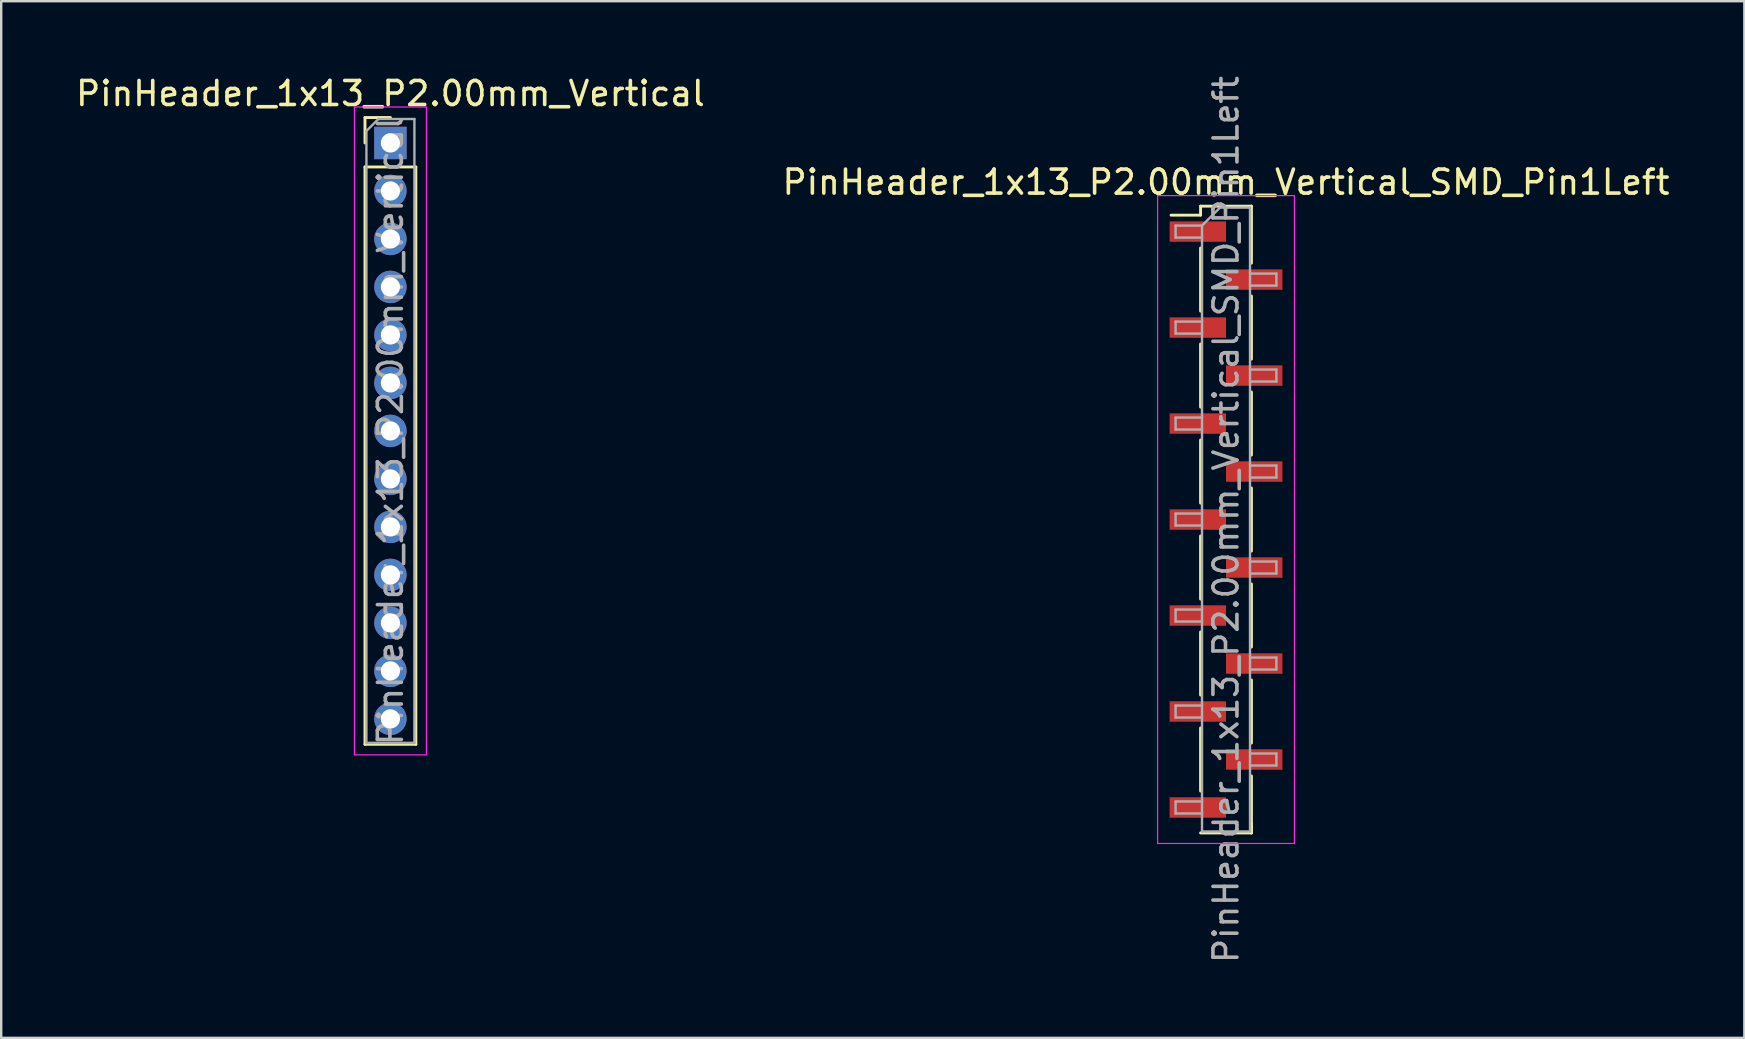
<source format=kicad_pcb>
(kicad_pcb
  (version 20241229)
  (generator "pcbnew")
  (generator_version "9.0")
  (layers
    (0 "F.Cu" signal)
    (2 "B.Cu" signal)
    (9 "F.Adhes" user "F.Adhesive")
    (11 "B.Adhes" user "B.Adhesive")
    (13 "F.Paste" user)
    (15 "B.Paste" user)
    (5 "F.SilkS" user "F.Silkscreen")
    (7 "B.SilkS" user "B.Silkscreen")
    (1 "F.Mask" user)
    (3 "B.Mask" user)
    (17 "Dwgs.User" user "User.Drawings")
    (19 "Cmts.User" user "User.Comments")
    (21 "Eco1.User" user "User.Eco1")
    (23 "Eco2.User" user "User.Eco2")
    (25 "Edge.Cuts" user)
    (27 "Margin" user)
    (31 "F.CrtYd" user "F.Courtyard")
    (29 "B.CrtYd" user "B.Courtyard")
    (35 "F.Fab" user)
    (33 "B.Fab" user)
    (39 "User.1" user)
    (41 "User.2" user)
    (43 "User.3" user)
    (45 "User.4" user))
  (footprint "PinHeader_1x13_P2.00mm_Vertical_SMD_Pin1Left"
    (layer "F.Cu")
    (at 48.042 18.601)
    (property "Reference" "PinHeader_1x13_P2.00mm_Vertical_SMD_Pin1Left" (at 0 -14.06 0) (layer "F.SilkS") (effects (font (size 1 1) (thickness 0.15))))
    (attr smd)
    (fp_line (start -1.06 -13.06) (end -1.06 -12.685) (stroke (width 0.12) (type solid)) (layer "F.SilkS"))
    (fp_line (start -1.06 -13.06) (end 1.06 -13.06) (stroke (width 0.12) (type solid)) (layer "F.SilkS"))
    (fp_line (start -1.06 -12.685) (end -2.29 -12.685) (stroke (width 0.12) (type solid)) (layer "F.SilkS"))
    (fp_line (start -1.06 -11.315) (end -1.06 -8.685) (stroke (width 0.12) (type solid)) (layer "F.SilkS"))
    (fp_line (start -1.06 -7.315) (end -1.06 -4.685) (stroke (width 0.12) (type solid)) (layer "F.SilkS"))
    (fp_line (start -1.06 -3.315) (end -1.06 -0.685) (stroke (width 0.12) (type solid)) (layer "F.SilkS"))
    (fp_line (start -1.06 0.685) (end -1.06 3.315) (stroke (width 0.12) (type solid)) (layer "F.SilkS"))
    (fp_line (start -1.06 4.685) (end -1.06 7.315) (stroke (width 0.12) (type solid)) (layer "F.SilkS"))
    (fp_line (start -1.06 8.685) (end -1.06 11.315) (stroke (width 0.12) (type solid)) (layer "F.SilkS"))
    (fp_line (start -1.06 13.06) (end 1.06 13.06) (stroke (width 0.12) (type solid)) (layer "F.SilkS"))
    (fp_line (start 1.06 -13.06) (end 1.06 -10.685) (stroke (width 0.12) (type solid)) (layer "F.SilkS"))
    (fp_line (start 1.06 -9.315) (end 1.06 -6.685) (stroke (width 0.12) (type solid)) (layer "F.SilkS"))
    (fp_line (start 1.06 -5.315) (end 1.06 -2.685) (stroke (width 0.12) (type solid)) (layer "F.SilkS"))
    (fp_line (start 1.06 -1.315) (end 1.06 1.315) (stroke (width 0.12) (type solid)) (layer "F.SilkS"))
    (fp_line (start 1.06 2.685) (end 1.06 5.315) (stroke (width 0.12) (type solid)) (layer "F.SilkS"))
    (fp_line (start 1.06 6.685) (end 1.06 9.315) (stroke (width 0.12) (type solid)) (layer "F.SilkS"))
    (fp_line (start 1.06 10.685) (end 1.06 13.06) (stroke (width 0.12) (type solid)) (layer "F.SilkS"))
    (fp_line (start 1.06 12.685) (end 1.06 13.06) (stroke (width 0.12) (type solid)) (layer "F.SilkS"))
    (fp_line (start -2.85 -13.5) (end -2.85 13.5) (stroke (width 0.05) (type solid)) (layer "F.CrtYd"))
    (fp_line (start -2.85 13.5) (end 2.85 13.5) (stroke (width 0.05) (type solid)) (layer "F.CrtYd"))
    (fp_line (start 2.85 -13.5) (end -2.85 -13.5) (stroke (width 0.05) (type solid)) (layer "F.CrtYd"))
    (fp_line (start 2.85 13.5) (end 2.85 -13.5) (stroke (width 0.05) (type solid)) (layer "F.CrtYd"))
    (fp_line (start -2.1 -12.25) (end -2.1 -11.75) (stroke (width 0.1) (type solid)) (layer "F.Fab"))
    (fp_line (start -2.1 -11.75) (end -1 -11.75) (stroke (width 0.1) (type solid)) (layer "F.Fab"))
    (fp_line (start -2.1 -8.25) (end -2.1 -7.75) (stroke (width 0.1) (type solid)) (layer "F.Fab"))
    (fp_line (start -2.1 -7.75) (end -1 -7.75) (stroke (width 0.1) (type solid)) (layer "F.Fab"))
    (fp_line (start -2.1 -4.25) (end -2.1 -3.75) (stroke (width 0.1) (type solid)) (layer "F.Fab"))
    (fp_line (start -2.1 -3.75) (end -1 -3.75) (stroke (width 0.1) (type solid)) (layer "F.Fab"))
    (fp_line (start -2.1 -0.25) (end -2.1 0.25) (stroke (width 0.1) (type solid)) (layer "F.Fab"))
    (fp_line (start -2.1 0.25) (end -1 0.25) (stroke (width 0.1) (type solid)) (layer "F.Fab"))
    (fp_line (start -2.1 3.75) (end -2.1 4.25) (stroke (width 0.1) (type solid)) (layer "F.Fab"))
    (fp_line (start -2.1 4.25) (end -1 4.25) (stroke (width 0.1) (type solid)) (layer "F.Fab"))
    (fp_line (start -2.1 7.75) (end -2.1 8.25) (stroke (width 0.1) (type solid)) (layer "F.Fab"))
    (fp_line (start -2.1 8.25) (end -1 8.25) (stroke (width 0.1) (type solid)) (layer "F.Fab"))
    (fp_line (start -2.1 11.75) (end -2.1 12.25) (stroke (width 0.1) (type solid)) (layer "F.Fab"))
    (fp_line (start -2.1 12.25) (end -1 12.25) (stroke (width 0.1) (type solid)) (layer "F.Fab"))
    (fp_line (start -1 -12.25) (end -2.1 -12.25) (stroke (width 0.1) (type solid)) (layer "F.Fab"))
    (fp_line (start -1 -12.25) (end -0.25 -13) (stroke (width 0.1) (type solid)) (layer "F.Fab"))
    (fp_line (start -1 -8.25) (end -2.1 -8.25) (stroke (width 0.1) (type solid)) (layer "F.Fab"))
    (fp_line (start -1 -4.25) (end -2.1 -4.25) (stroke (width 0.1) (type solid)) (layer "F.Fab"))
    (fp_line (start -1 -0.25) (end -2.1 -0.25) (stroke (width 0.1) (type solid)) (layer "F.Fab"))
    (fp_line (start -1 3.75) (end -2.1 3.75) (stroke (width 0.1) (type solid)) (layer "F.Fab"))
    (fp_line (start -1 7.75) (end -2.1 7.75) (stroke (width 0.1) (type solid)) (layer "F.Fab"))
    (fp_line (start -1 11.75) (end -2.1 11.75) (stroke (width 0.1) (type solid)) (layer "F.Fab"))
    (fp_line (start -1 13) (end -1 -12.25) (stroke (width 0.1) (type solid)) (layer "F.Fab"))
    (fp_line (start -0.25 -13) (end 1 -13) (stroke (width 0.1) (type solid)) (layer "F.Fab"))
    (fp_line (start 1 -13) (end 1 13) (stroke (width 0.1) (type solid)) (layer "F.Fab"))
    (fp_line (start 1 -10.25) (end 2.1 -10.25) (stroke (width 0.1) (type solid)) (layer "F.Fab"))
    (fp_line (start 1 -6.25) (end 2.1 -6.25) (stroke (width 0.1) (type solid)) (layer "F.Fab"))
    (fp_line (start 1 -2.25) (end 2.1 -2.25) (stroke (width 0.1) (type solid)) (layer "F.Fab"))
    (fp_line (start 1 1.75) (end 2.1 1.75) (stroke (width 0.1) (type solid)) (layer "F.Fab"))
    (fp_line (start 1 5.75) (end 2.1 5.75) (stroke (width 0.1) (type solid)) (layer "F.Fab"))
    (fp_line (start 1 9.75) (end 2.1 9.75) (stroke (width 0.1) (type solid)) (layer "F.Fab"))
    (fp_line (start 1 13) (end -1 13) (stroke (width 0.1) (type solid)) (layer "F.Fab"))
    (fp_line (start 2.1 -10.25) (end 2.1 -9.75) (stroke (width 0.1) (type solid)) (layer "F.Fab"))
    (fp_line (start 2.1 -9.75) (end 1 -9.75) (stroke (width 0.1) (type solid)) (layer "F.Fab"))
    (fp_line (start 2.1 -6.25) (end 2.1 -5.75) (stroke (width 0.1) (type solid)) (layer "F.Fab"))
    (fp_line (start 2.1 -5.75) (end 1 -5.75) (stroke (width 0.1) (type solid)) (layer "F.Fab"))
    (fp_line (start 2.1 -2.25) (end 2.1 -1.75) (stroke (width 0.1) (type solid)) (layer "F.Fab"))
    (fp_line (start 2.1 -1.75) (end 1 -1.75) (stroke (width 0.1) (type solid)) (layer "F.Fab"))
    (fp_line (start 2.1 1.75) (end 2.1 2.25) (stroke (width 0.1) (type solid)) (layer "F.Fab"))
    (fp_line (start 2.1 2.25) (end 1 2.25) (stroke (width 0.1) (type solid)) (layer "F.Fab"))
    (fp_line (start 2.1 5.75) (end 2.1 6.25) (stroke (width 0.1) (type solid)) (layer "F.Fab"))
    (fp_line (start 2.1 6.25) (end 1 6.25) (stroke (width 0.1) (type solid)) (layer "F.Fab"))
    (fp_line (start 2.1 9.75) (end 2.1 10.25) (stroke (width 0.1) (type solid)) (layer "F.Fab"))
    (fp_line (start 2.1 10.25) (end 1 10.25) (stroke (width 0.1) (type solid)) (layer "F.Fab"))
    (fp_text user "${REFERENCE}" (at 0 0 90) (layer "F.Fab") (effects (font (size 1 1) (thickness 0.15))))
    (pad "1" smd rect (at -1.175 -12) (size 2.35 0.85) (layers "F.Cu" "F.Mask" "F.Paste"))
    (pad "2" smd rect (at 1.175 -10) (size 2.35 0.85) (layers "F.Cu" "F.Mask" "F.Paste"))
    (pad "3" smd rect (at -1.175 -8) (size 2.35 0.85) (layers "F.Cu" "F.Mask" "F.Paste"))
    (pad "4" smd rect (at 1.175 -6) (size 2.35 0.85) (layers "F.Cu" "F.Mask" "F.Paste"))
    (pad "5" smd rect (at -1.175 -4) (size 2.35 0.85) (layers "F.Cu" "F.Mask" "F.Paste"))
    (pad "6" smd rect (at 1.175 -2) (size 2.35 0.85) (layers "F.Cu" "F.Mask" "F.Paste"))
    (pad "7" smd rect (at -1.175 0) (size 2.35 0.85) (layers "F.Cu" "F.Mask" "F.Paste"))
    (pad "8" smd rect (at 1.175 2) (size 2.35 0.85) (layers "F.Cu" "F.Mask" "F.Paste"))
    (pad "9" smd rect (at -1.175 4) (size 2.35 0.85) (layers "F.Cu" "F.Mask" "F.Paste"))
    (pad "10" smd rect (at 1.175 6) (size 2.35 0.85) (layers "F.Cu" "F.Mask" "F.Paste"))
    (pad "11" smd rect (at -1.175 8) (size 2.35 0.85) (layers "F.Cu" "F.Mask" "F.Paste"))
    (pad "12" smd rect (at 1.175 10) (size 2.35 0.85) (layers "F.Cu" "F.Mask" "F.Paste"))
    (pad "13" smd rect (at -1.175 12) (size 2.35 0.85) (layers "F.Cu" "F.Mask" "F.Paste")))
  (footprint "PinHeader_1x13_P2.00mm_Vertical"
    (layer "F.Cu")
    (at 13.22 2.908)
    (property "Reference" "PinHeader_1x13_P2.00mm_Vertical" (at 0 -2.06 0) (layer "F.SilkS") (effects (font (size 1 1) (thickness 0.15))))
    (attr through_hole)
    (fp_line (start -1.06 -1.06) (end 0 -1.06) (stroke (width 0.12) (type solid)) (layer "F.SilkS"))
    (fp_line (start -1.06 0) (end -1.06 -1.06) (stroke (width 0.12) (type solid)) (layer "F.SilkS"))
    (fp_line (start -1.06 1) (end -1.06 25.06) (stroke (width 0.12) (type solid)) (layer "F.SilkS"))
    (fp_line (start -1.06 1) (end 1.06 1) (stroke (width 0.12) (type solid)) (layer "F.SilkS"))
    (fp_line (start -1.06 25.06) (end 1.06 25.06) (stroke (width 0.12) (type solid)) (layer "F.SilkS"))
    (fp_line (start 1.06 1) (end 1.06 25.06) (stroke (width 0.12) (type solid)) (layer "F.SilkS"))
    (fp_line (start -1.5 -1.5) (end -1.5 25.5) (stroke (width 0.05) (type solid)) (layer "F.CrtYd"))
    (fp_line (start -1.5 25.5) (end 1.5 25.5) (stroke (width 0.05) (type solid)) (layer "F.CrtYd"))
    (fp_line (start 1.5 -1.5) (end -1.5 -1.5) (stroke (width 0.05) (type solid)) (layer "F.CrtYd"))
    (fp_line (start 1.5 25.5) (end 1.5 -1.5) (stroke (width 0.05) (type solid)) (layer "F.CrtYd"))
    (fp_line (start -1 -0.5) (end -0.5 -1) (stroke (width 0.1) (type solid)) (layer "F.Fab"))
    (fp_line (start -1 25) (end -1 -0.5) (stroke (width 0.1) (type solid)) (layer "F.Fab"))
    (fp_line (start -0.5 -1) (end 1 -1) (stroke (width 0.1) (type solid)) (layer "F.Fab"))
    (fp_line (start 1 -1) (end 1 25) (stroke (width 0.1) (type solid)) (layer "F.Fab"))
    (fp_line (start 1 25) (end -1 25) (stroke (width 0.1) (type solid)) (layer "F.Fab"))
    (fp_text user "${REFERENCE}" (at 0 12 90) (layer "F.Fab") (effects (font (size 1 1) (thickness 0.15))))
    (pad "1" thru_hole rect (at 0 0) (size 1.35 1.35) (drill 0.8) (layers "*.Cu" "*.Mask"))
    (pad "2" thru_hole oval (at 0 2) (size 1.35 1.35) (drill 0.8) (layers "*.Cu" "*.Mask"))
    (pad "3" thru_hole oval (at 0 4) (size 1.35 1.35) (drill 0.8) (layers "*.Cu" "*.Mask"))
    (pad "4" thru_hole oval (at 0 6) (size 1.35 1.35) (drill 0.8) (layers "*.Cu" "*.Mask"))
    (pad "5" thru_hole oval (at 0 8) (size 1.35 1.35) (drill 0.8) (layers "*.Cu" "*.Mask"))
    (pad "6" thru_hole oval (at 0 10) (size 1.35 1.35) (drill 0.8) (layers "*.Cu" "*.Mask"))
    (pad "7" thru_hole oval (at 0 12) (size 1.35 1.35) (drill 0.8) (layers "*.Cu" "*.Mask"))
    (pad "8" thru_hole oval (at 0 14) (size 1.35 1.35) (drill 0.8) (layers "*.Cu" "*.Mask"))
    (pad "9" thru_hole oval (at 0 16) (size 1.35 1.35) (drill 0.8) (layers "*.Cu" "*.Mask"))
    (pad "10" thru_hole oval (at 0 18) (size 1.35 1.35) (drill 0.8) (layers "*.Cu" "*.Mask"))
    (pad "11" thru_hole oval (at 0 20) (size 1.35 1.35) (drill 0.8) (layers "*.Cu" "*.Mask"))
    (pad "12" thru_hole oval (at 0 22) (size 1.35 1.35) (drill 0.8) (layers "*.Cu" "*.Mask"))
    (pad "13" thru_hole oval (at 0 24) (size 1.35 1.35) (drill 0.8) (layers "*.Cu" "*.Mask")))
  (gr_rect
    (start -3 -3)
    (end 69.643 40.202)
    (stroke (width 0.1) (type default))
    (fill no)
    (layer "Edge.Cuts")))
</source>
